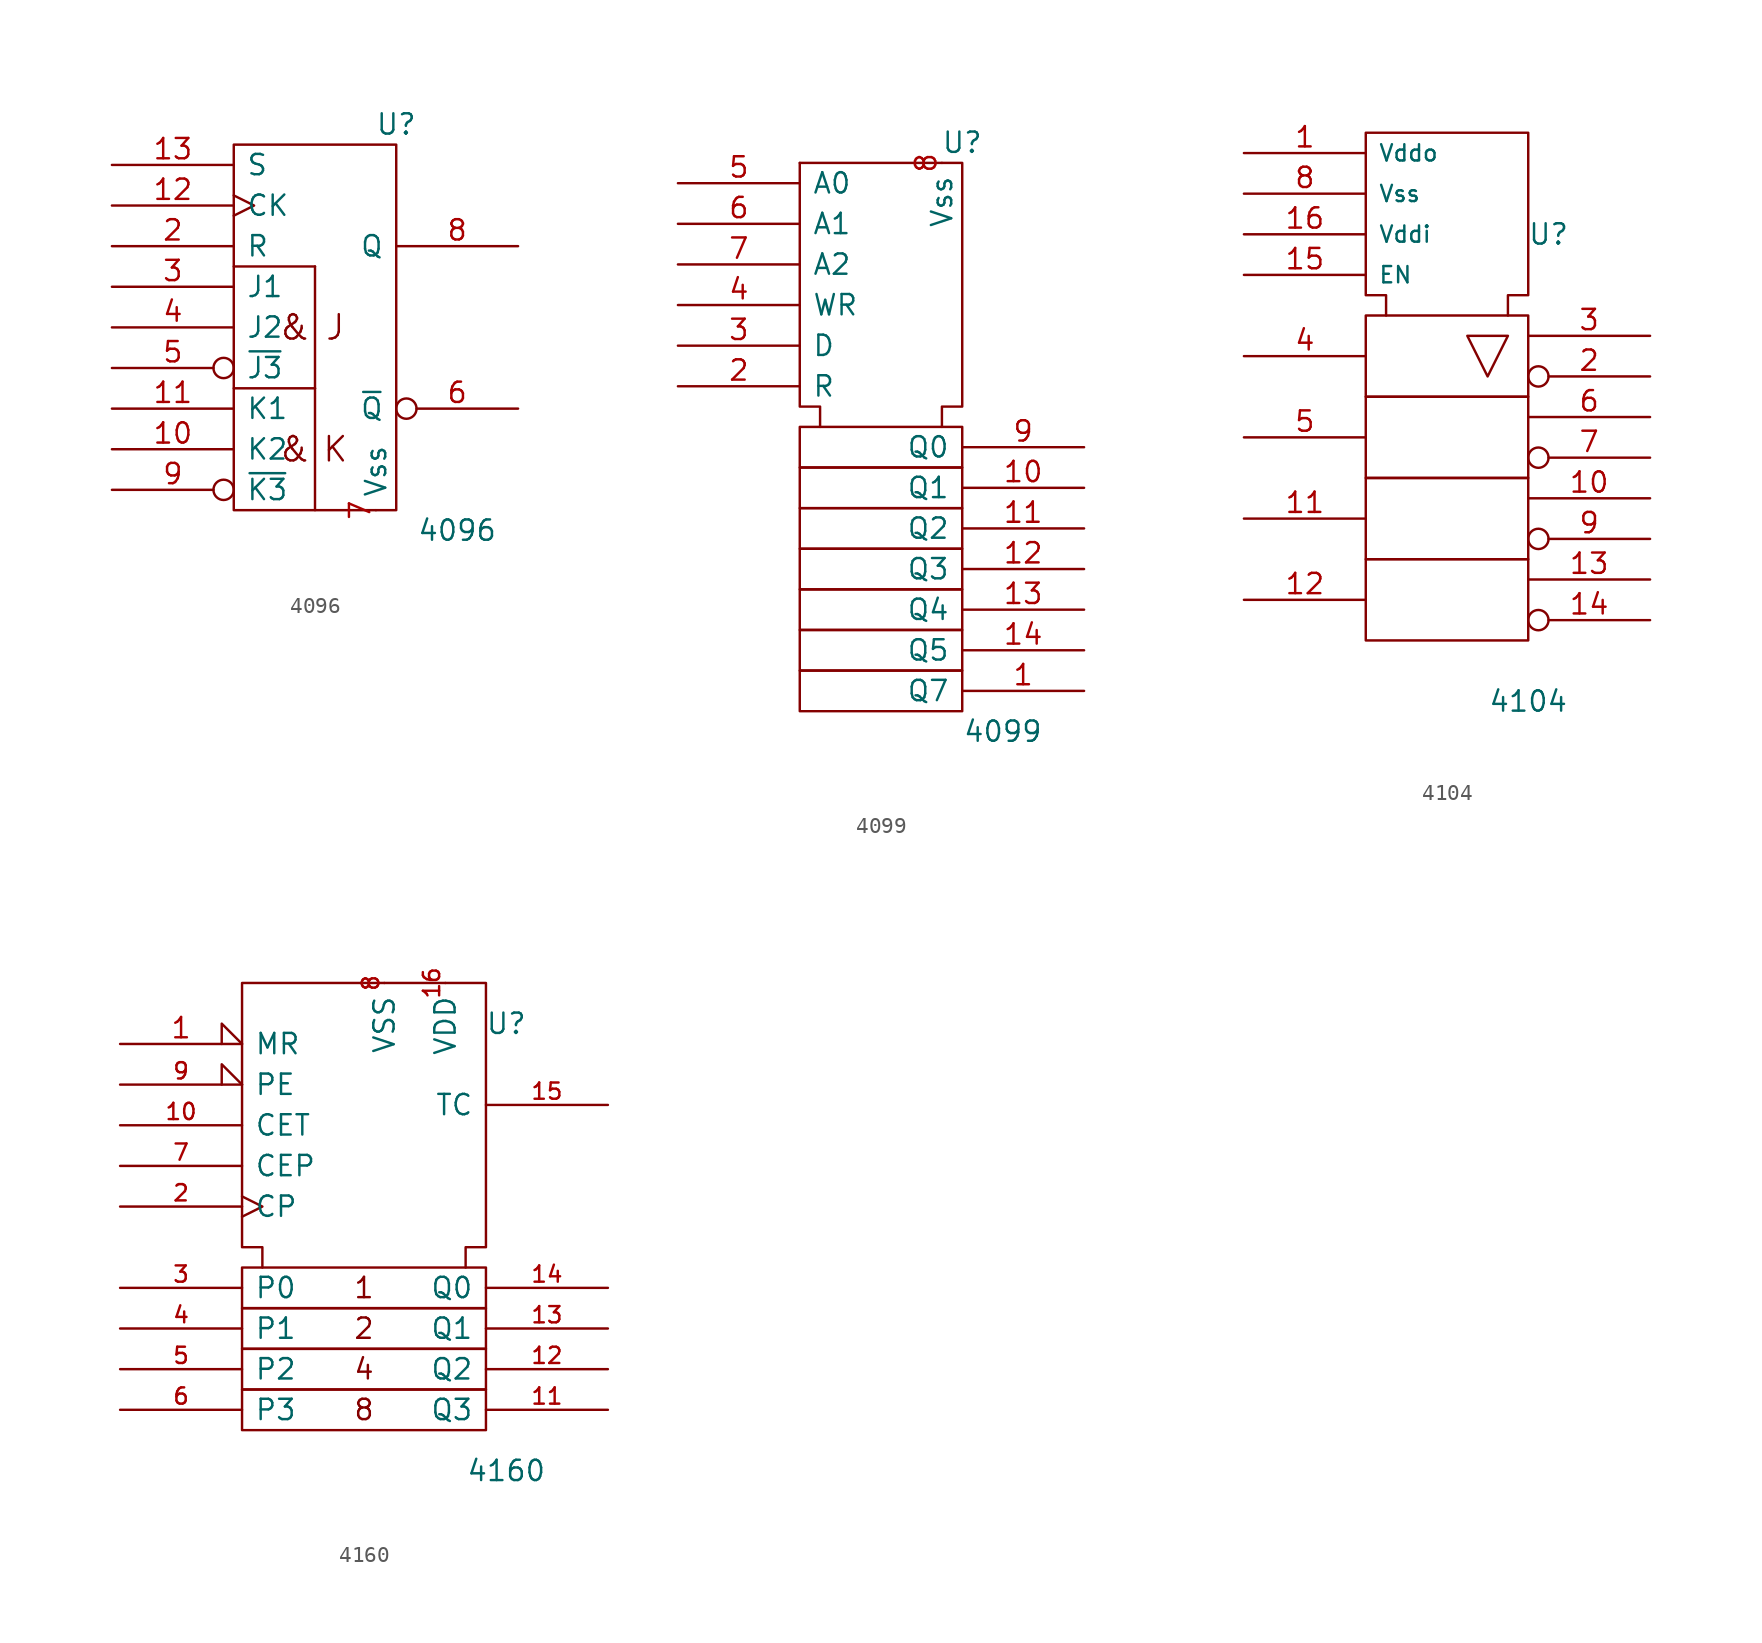
<source format=kicad_sym>
(kicad_symbol_lib
  (version 20201005)
  (generator kicad_symbol_editor)
  (symbol "4xxx_IEEE:4096"
    (pin_names
      (offset 0.762))
    (property "Reference" "U"
      (at 5.08 12.7 0)
      (effects (font (size 1.27 1.27))))
    (property "Value" "4096"
      (at 8.89 -12.7 0)
      (effects (font (size 1.27 1.27))))
    (symbol "4096_0_0"
      (text "&" (at -1.27 -7.62 0) (effects (font (size 1.524 1.524))))
      (text "&" (at -1.27 0 0) (effects (font (size 1.524 1.524))))
      (text "J" (at 1.27 0 0) (effects (font (size 1.524 1.524))))
      (text "K" (at 1.27 -7.62 0) (effects (font (size 1.524 1.524)))))
    (symbol "4096_0_1"
      (rectangle (start -5.08 3.81) (end 0 3.81) (stroke (width 0)) (fill (type none)))
      (rectangle (start -5.08 11.43) (end 5.08 -11.43) (stroke (width 0)) (fill (type none)))
      (rectangle (start 0 -3.81) (end -5.08 -3.81) (stroke (width 0)) (fill (type none)))
      (rectangle (start 0 -3.81) (end 0 -11.43) (stroke (width 0)) (fill (type none)))
      (rectangle (start 0 3.81) (end 0 -3.81) (stroke (width 0)) (fill (type none))))
    (symbol "4096_1_1"
      (pin input line (at -12.7 -7.62 0) (length 7.62) (name "K2" (effects (font (size 1.27 1.27)))) (number "10" (effects (font (size 1.27 1.27)))))
      (pin input line (at -12.7 -5.08 0) (length 7.62) (name "K1" (effects (font (size 1.27 1.27)))) (number "11" (effects (font (size 1.27 1.27)))))
      (pin input clock (at -12.7 7.62 0) (length 7.62) (name "CK" (effects (font (size 1.27 1.27)))) (number "12" (effects (font (size 1.27 1.27)))))
      (pin input line (at -12.7 10.16 0) (length 7.62) (name "S" (effects (font (size 1.27 1.27)))) (number "13" (effects (font (size 1.27 1.27)))))
      (pin power_in line (at 1.27 11.43 270) (length 0) hide (name "Vdd" (effects (font (size 1.27 1.27)))) (number "14" (effects (font (size 1.27 1.27)))))
      (pin input line (at -12.7 5.08 0) (length 7.62) (name "R" (effects (font (size 1.27 1.27)))) (number "2" (effects (font (size 1.27 1.27)))))
      (pin input line (at -12.7 2.54 0) (length 7.62) (name "J1" (effects (font (size 1.27 1.27)))) (number "3" (effects (font (size 1.27 1.27)))))
      (pin input line (at -12.7 0 0) (length 7.62) (name "J2" (effects (font (size 1.27 1.27)))) (number "4" (effects (font (size 1.27 1.27)))))
      (pin input inverted (at -12.7 -2.54 0) (length 7.62) (name "~J3" (effects (font (size 1.27 1.27)))) (number "5" (effects (font (size 1.27 1.27)))))
      (pin output inverted (at 12.7 -5.08 180) (length 7.62) (name "~Q" (effects (font (size 1.27 1.27)))) (number "6" (effects (font (size 1.27 1.27)))))
      (pin power_in line (at 3.81 -11.43 90) (length 0) (name "Vss" (effects (font (size 1.27 1.27)))) (number "7" (effects (font (size 1.27 1.27)))))
      (pin output line (at 12.7 5.08 180) (length 7.62) (name "Q" (effects (font (size 1.27 1.27)))) (number "8" (effects (font (size 1.27 1.27)))))
      (pin input inverted (at -12.7 -10.16 0) (length 7.62) (name "~K3" (effects (font (size 1.27 1.27)))) (number "9" (effects (font (size 1.27 1.27)))))))
  (symbol "4xxx_IEEE:4099"
    (pin_names
      (offset 0.762))
    (property "Reference" "U"
      (at 5.08 19.05 0)
      (effects (font (size 1.27 1.27))))
    (property "Value" "4099"
      (at 7.62 -17.78 0)
      (effects (font (size 1.27 1.27))))
    (symbol "4099_0_1"
      (rectangle (start -5.08 -13.97) (end 5.08 -16.51) (stroke (width 0)) (fill (type none)))
      (rectangle (start -5.08 -11.43) (end 5.08 -13.97) (stroke (width 0)) (fill (type none)))
      (rectangle (start -5.08 -8.89) (end 5.08 -11.43) (stroke (width 0)) (fill (type none)))
      (rectangle (start -5.08 -6.35) (end 5.08 -8.89) (stroke (width 0)) (fill (type none)))
      (rectangle (start -5.08 -3.81) (end 5.08 -6.35) (stroke (width 0)) (fill (type none)))
      (rectangle (start -5.08 -1.27) (end 5.08 -3.81) (stroke (width 0)) (fill (type none)))
      (rectangle (start -5.08 1.27) (end 5.08 -1.27) (stroke (width 0)) (fill (type none)))
      (polyline (pts (xy -5.08 17.78) (xy -5.08 2.54) (xy -3.81 2.54) (xy -3.81 1.27) (xy -3.81 1.27)) (stroke (width 0)) (fill (type none)))
      (polyline (pts (xy -5.08 17.78) (xy 5.08 17.78) (xy 5.08 2.54) (xy 3.81 2.54) (xy 3.81 1.27) (xy 3.81 1.27)) (stroke (width 0)) (fill (type none))))
    (symbol "4099_1_1"
      (pin output line (at 12.7 -15.24 180) (length 7.62) (name "Q7" (effects (font (size 1.27 1.27)))) (number "1" (effects (font (size 1.27 1.27)))))
      (pin output line (at 12.7 -2.54 180) (length 7.62) (name "Q1" (effects (font (size 1.27 1.27)))) (number "10" (effects (font (size 1.27 1.27)))))
      (pin output line (at 12.7 -5.08 180) (length 7.62) (name "Q2" (effects (font (size 1.27 1.27)))) (number "11" (effects (font (size 1.27 1.27)))))
      (pin output line (at 12.7 -7.62 180) (length 7.62) (name "Q3" (effects (font (size 1.27 1.27)))) (number "12" (effects (font (size 1.27 1.27)))))
      (pin output line (at 12.7 -10.16 180) (length 7.62) (name "Q4" (effects (font (size 1.27 1.27)))) (number "13" (effects (font (size 1.27 1.27)))))
      (pin output line (at 12.7 -12.7 180) (length 7.62) (name "Q5" (effects (font (size 1.27 1.27)))) (number "14" (effects (font (size 1.27 1.27)))))
      (pin power_in line (at 0 17.78 270) (length 0) hide (name "Vdd" (effects (font (size 1.27 1.27)))) (number "16" (effects (font (size 1.27 1.27)))))
      (pin input line (at -12.7 3.81 0) (length 7.62) (name "R" (effects (font (size 1.27 1.27)))) (number "2" (effects (font (size 1.27 1.27)))))
      (pin input line (at -12.7 6.35 0) (length 7.62) (name "D" (effects (font (size 1.27 1.27)))) (number "3" (effects (font (size 1.27 1.27)))))
      (pin input line (at -12.7 8.89 0) (length 7.62) (name "WR" (effects (font (size 1.27 1.27)))) (number "4" (effects (font (size 1.27 1.27)))))
      (pin input line (at -12.7 16.51 0) (length 7.62) (name "A0" (effects (font (size 1.27 1.27)))) (number "5" (effects (font (size 1.27 1.27)))))
      (pin input line (at -12.7 13.97 0) (length 7.62) (name "A1" (effects (font (size 1.27 1.27)))) (number "6" (effects (font (size 1.27 1.27)))))
      (pin input line (at -12.7 11.43 0) (length 7.62) (name "A2" (effects (font (size 1.27 1.27)))) (number "7" (effects (font (size 1.27 1.27)))))
      (pin power_in line (at 3.81 17.78 270) (length 0) (name "Vss" (effects (font (size 1.27 1.27)))) (number "8" (effects (font (size 1.27 1.27)))))
      (pin output line (at 12.7 0 180) (length 7.62) (name "Q0" (effects (font (size 1.27 1.27)))) (number "9" (effects (font (size 1.27 1.27)))))))
  (symbol "4xxx_IEEE:4104"
    (pin_names
      (offset 0.762))
    (property "Reference" "U"
      (at 6.35 8.89 0)
      (effects (font (size 1.27 1.27))))
    (property "Value" "4104"
      (at 5.08 -20.32 0)
      (effects (font (size 1.27 1.27))))
    (symbol "4104_0_0"
      (rectangle (start -5.08 -11.43) (end 5.08 -16.51) (stroke (width 0)) (fill (type none)))
      (rectangle (start -5.08 -6.35) (end 5.08 -11.43) (stroke (width 0)) (fill (type none)))
      (rectangle (start -5.08 -1.27) (end 5.08 -6.35) (stroke (width 0)) (fill (type none)))
      (rectangle (start -5.08 3.81) (end 5.08 -1.27) (stroke (width 0)) (fill (type none)))
      (polyline (pts (xy 1.27 2.54) (xy 3.81 2.54) (xy 2.54 0) (xy 1.27 2.54) (xy 1.27 2.54)) (stroke (width 0)) (fill (type none)))
      (polyline (pts (xy -3.81 3.81) (xy -3.81 5.08) (xy -5.08 5.08) (xy -5.08 15.24) (xy 5.08 15.24) (xy 5.08 5.08) (xy 3.81 5.08) (xy 3.81 3.81) (xy 3.81 3.81)) (stroke (width 0)) (fill (type none))))
    (symbol "4104_1_1"
      (pin power_in line (at -12.7 13.97 0) (length 7.62) (name "Vddo" (effects (font (size 1.016 1.016)))) (number "1" (effects (font (size 1.27 1.27)))))
      (pin input line (at 12.7 -7.62 180) (length 7.62) (name "~" (effects (font (size 1.016 1.016)))) (number "10" (effects (font (size 1.27 1.27)))))
      (pin input line (at -12.7 -8.89 0) (length 7.62) (name "~" (effects (font (size 1.016 1.016)))) (number "11" (effects (font (size 1.27 1.27)))))
      (pin input line (at -12.7 -13.97 0) (length 7.62) (name "~" (effects (font (size 1.016 1.016)))) (number "12" (effects (font (size 1.27 1.27)))))
      (pin input line (at 12.7 -12.7 180) (length 7.62) (name "~" (effects (font (size 1.016 1.016)))) (number "13" (effects (font (size 1.27 1.27)))))
      (pin output inverted (at 12.7 -15.24 180) (length 7.62) (name "~" (effects (font (size 1.016 1.016)))) (number "14" (effects (font (size 1.27 1.27)))))
      (pin input line (at -12.7 6.35 0) (length 7.62) (name "EN" (effects (font (size 1.016 1.016)))) (number "15" (effects (font (size 1.27 1.27)))))
      (pin power_in line (at -12.7 8.89 0) (length 7.62) (name "Vddi" (effects (font (size 1.016 1.016)))) (number "16" (effects (font (size 1.27 1.27)))))
      (pin output inverted (at 12.7 0 180) (length 7.62) (name "~" (effects (font (size 1.016 1.016)))) (number "2" (effects (font (size 1.27 1.27)))))
      (pin input line (at 12.7 2.54 180) (length 7.62) (name "~" (effects (font (size 1.016 1.016)))) (number "3" (effects (font (size 1.27 1.27)))))
      (pin input line (at -12.7 1.27 0) (length 7.62) (name "~" (effects (font (size 1.016 1.016)))) (number "4" (effects (font (size 1.27 1.27)))))
      (pin input line (at -12.7 -3.81 0) (length 7.62) (name "~" (effects (font (size 1.016 1.016)))) (number "5" (effects (font (size 1.27 1.27)))))
      (pin input line (at 12.7 -2.54 180) (length 7.62) (name "~" (effects (font (size 1.016 1.016)))) (number "6" (effects (font (size 1.27 1.27)))))
      (pin output inverted (at 12.7 -5.08 180) (length 7.62) (name "~" (effects (font (size 1.016 1.016)))) (number "7" (effects (font (size 1.27 1.27)))))
      (pin power_in line (at -12.7 11.43 0) (length 7.62) (name "Vss" (effects (font (size 1.016 1.016)))) (number "8" (effects (font (size 1.27 1.27)))))
      (pin output inverted (at 12.7 -10.16 180) (length 7.62) (name "~" (effects (font (size 1.016 1.016)))) (number "9" (effects (font (size 1.27 1.27)))))))
  (symbol "4xxx_IEEE:4160"
    (pin_names
      (offset 0.762))
    (property "Reference" "U"
      (at 8.89 8.89 0)
      (effects (font (size 1.27 1.27))))
    (property "Value" "4160"
      (at 8.89 -19.05 0)
      (effects (font (size 1.27 1.27))))
    (symbol "4160_0_0"
      (text "1" (at 0 -7.62 0) (effects (font (size 1.27 1.27))))
      (text "2" (at 0 -10.16 0) (effects (font (size 1.27 1.27))))
      (text "4" (at 0 -12.7 0) (effects (font (size 1.27 1.27))))
      (text "8" (at 0 -15.24 0) (effects (font (size 1.27 1.27))))
      (rectangle (start -7.62 -13.97) (end 7.62 -16.51) (stroke (width 0)) (fill (type none)))
      (rectangle (start -7.62 -11.43) (end 7.62 -13.97) (stroke (width 0)) (fill (type none)))
      (rectangle (start -7.62 -8.89) (end 7.62 -11.43) (stroke (width 0)) (fill (type none)))
      (rectangle (start -7.62 -6.35) (end 7.62 -8.89) (stroke (width 0)) (fill (type none)))
      (polyline (pts (xy -6.35 -6.35) (xy -6.35 -5.08) (xy -7.62 -5.08) (xy -7.62 11.43) (xy 7.62 11.43) (xy 7.62 -5.08) (xy 6.35 -5.08) (xy 6.35 -6.35) (xy 6.35 -6.35)) (stroke (width 0)) (fill (type none))))
    (symbol "4160_1_1"
      (pin input input_low (at -15.24 7.62 0) (length 7.62) (name "MR" (effects (font (size 1.27 1.27)))) (number "1" (effects (font (size 1.27 1.27)))))
      (pin input line (at -15.24 2.54 0) (length 7.62) (name "CET" (effects (font (size 1.27 1.27)))) (number "10" (effects (font (size 1.016 1.016)))))
      (pin output line (at 15.24 -15.24 180) (length 7.62) (name "Q3" (effects (font (size 1.27 1.27)))) (number "11" (effects (font (size 1.016 1.016)))))
      (pin output line (at 15.24 -12.7 180) (length 7.62) (name "Q2" (effects (font (size 1.27 1.27)))) (number "12" (effects (font (size 1.016 1.016)))))
      (pin output line (at 15.24 -10.16 180) (length 7.62) (name "Q1" (effects (font (size 1.27 1.27)))) (number "13" (effects (font (size 1.016 1.016)))))
      (pin output line (at 15.24 -7.62 180) (length 7.62) (name "Q0" (effects (font (size 1.27 1.27)))) (number "14" (effects (font (size 1.016 1.016)))))
      (pin output line (at 15.24 3.81 180) (length 7.62) (name "TC" (effects (font (size 1.27 1.27)))) (number "15" (effects (font (size 1.016 1.016)))))
      (pin power_in line (at 5.08 11.43 270) (length 0) (name "VDD" (effects (font (size 1.27 1.27)))) (number "16" (effects (font (size 1.016 1.016)))))
      (pin input clock (at -15.24 -2.54 0) (length 7.62) (name "CP" (effects (font (size 1.27 1.27)))) (number "2" (effects (font (size 1.016 1.016)))))
      (pin input line (at -15.24 -7.62 0) (length 7.62) (name "P0" (effects (font (size 1.27 1.27)))) (number "3" (effects (font (size 1.016 1.016)))))
      (pin input line (at -15.24 -10.16 0) (length 7.62) (name "P1" (effects (font (size 1.27 1.27)))) (number "4" (effects (font (size 1.016 1.016)))))
      (pin input line (at -15.24 -12.7 0) (length 7.62) (name "P2" (effects (font (size 1.27 1.27)))) (number "5" (effects (font (size 1.016 1.016)))))
      (pin input line (at -15.24 -15.24 0) (length 7.62) (name "P3" (effects (font (size 1.27 1.27)))) (number "6" (effects (font (size 1.016 1.016)))))
      (pin input line (at -15.24 0 0) (length 7.62) (name "CEP" (effects (font (size 1.27 1.27)))) (number "7" (effects (font (size 1.016 1.016)))))
      (pin power_in line (at 1.27 11.43 270) (length 0) (name "VSS" (effects (font (size 1.27 1.27)))) (number "8" (effects (font (size 1.016 1.016)))))
      (pin input input_low (at -15.24 5.08 0) (length 7.62) (name "PE" (effects (font (size 1.27 1.27)))) (number "9" (effects (font (size 1.016 1.016))))))))
</source>
